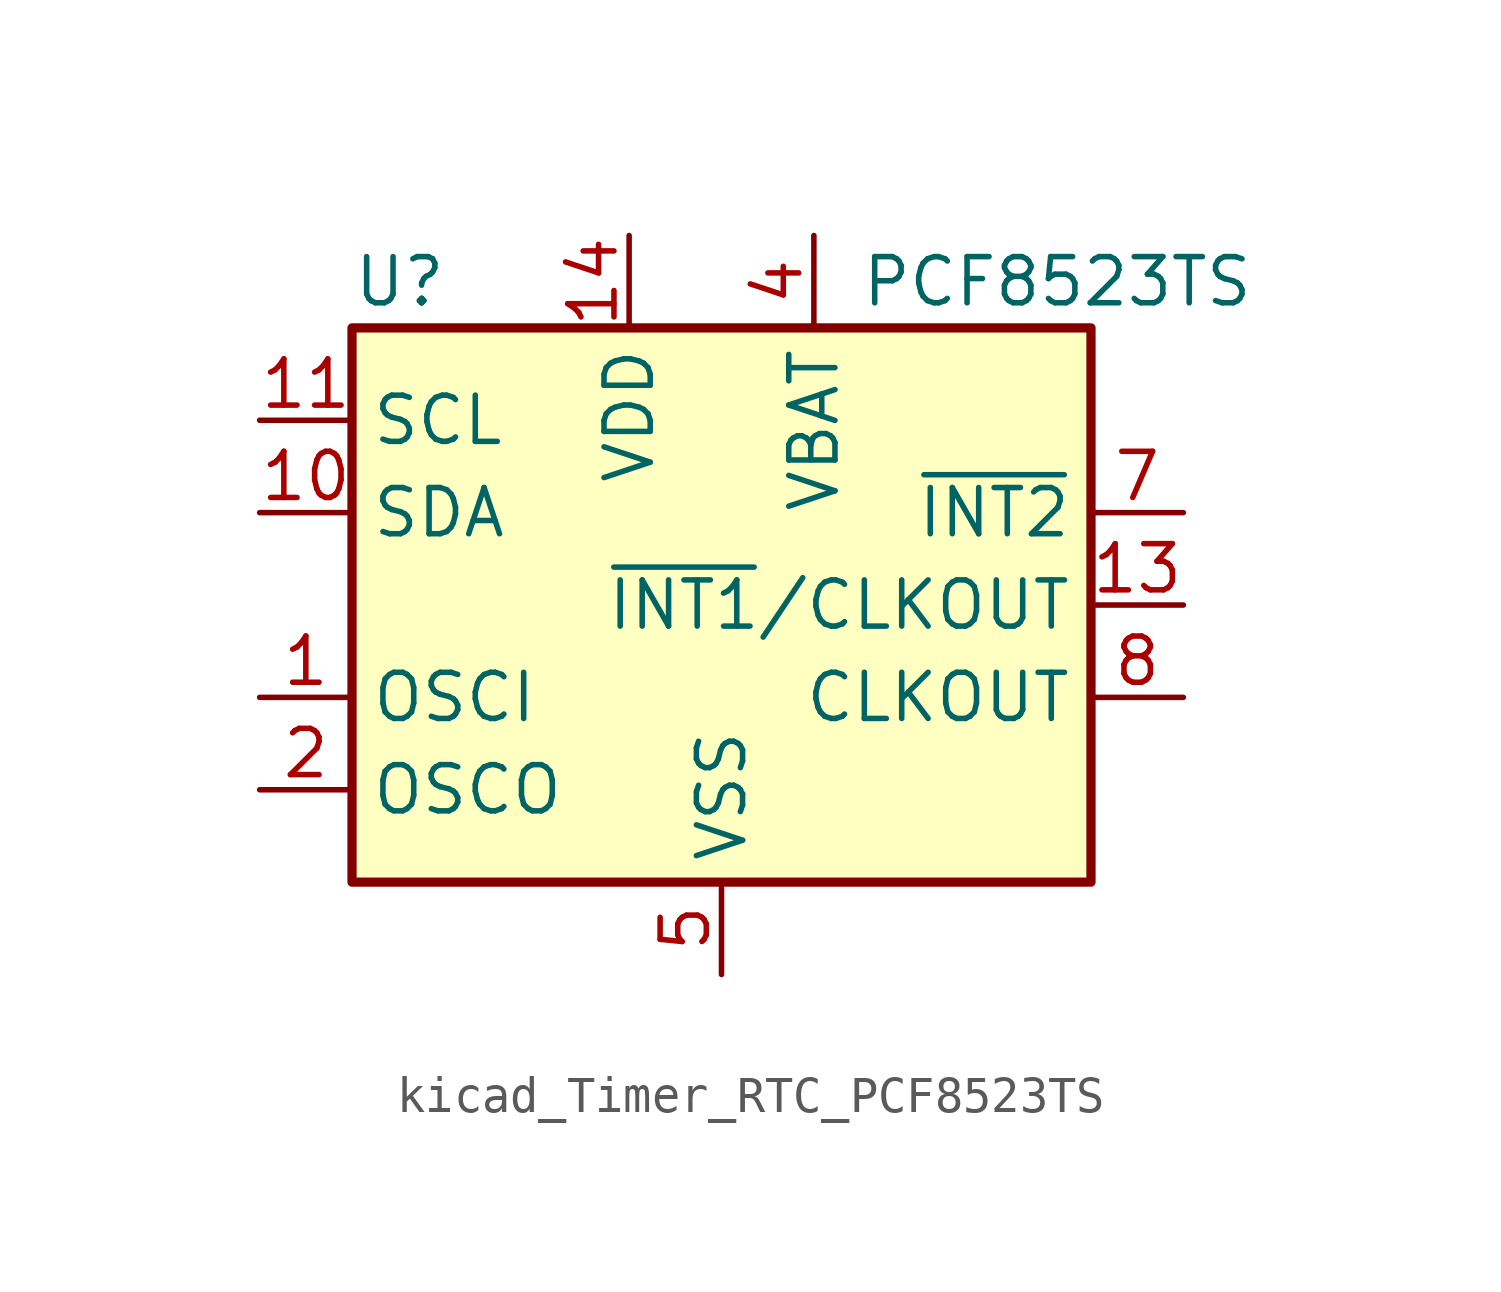
<source format=kicad_sym>
(kicad_symbol_lib
  (version 20220914)
  (generator kicad_symbol_editor)
  (symbol "kicad_Timer_RTC_PCF8523TS"
    (property "Reference" "U"
      (at -10.16 8.89 0)
      (effects (font (size 1.27 1.27)) (justify left)))
    (property "Value" "PCF8523TS"
      (at 3.81 8.89 0)
      (effects (font (size 1.27 1.27)) (justify left)))
    (symbol "kicad_Timer_RTC_PCF8523TS_0_1"
      (rectangle (start -10.16 7.62) (end 10.16 -7.62) (stroke (width 0.254) (type default)) (fill (type background))))
    (symbol "kicad_Timer_RTC_PCF8523TS_1_1"
      (pin input line (at -12.7 -2.54 0) (length 2.54) (name "OSCI" (effects (font (size 1.27 1.27)))) (number "1" (effects (font (size 1.27 1.27)))))
      (pin bidirectional line (at -12.7 2.54 0) (length 2.54) (name "SDA" (effects (font (size 1.27 1.27)))) (number "10" (effects (font (size 1.27 1.27)))))
      (pin input line (at -12.7 5.08 0) (length 2.54) (name "SCL" (effects (font (size 1.27 1.27)))) (number "11" (effects (font (size 1.27 1.27)))))
      (pin no_connect line (at 5.08 -7.62 90) (length 2.54) hide (name "NC" (effects (font (size 1.27 1.27)))) (number "12" (effects (font (size 1.27 1.27)))))
      (pin output line (at 12.7 0 180) (length 2.54) (name "~{INT1}/CLKOUT" (effects (font (size 1.27 1.27)))) (number "13" (effects (font (size 1.27 1.27)))))
      (pin power_in line (at -2.54 10.16 270) (length 2.54) (name "VDD" (effects (font (size 1.27 1.27)))) (number "14" (effects (font (size 1.27 1.27)))))
      (pin output line (at -12.7 -5.08 0) (length 2.54) (name "OSCO" (effects (font (size 1.27 1.27)))) (number "2" (effects (font (size 1.27 1.27)))))
      (pin no_connect line (at -5.08 -7.62 90) (length 2.54) hide (name "NC" (effects (font (size 1.27 1.27)))) (number "3" (effects (font (size 1.27 1.27)))))
      (pin power_in line (at 2.54 10.16 270) (length 2.54) (name "VBAT" (effects (font (size 1.27 1.27)))) (number "4" (effects (font (size 1.27 1.27)))))
      (pin power_in line (at 0 -10.16 90) (length 2.54) (name "VSS" (effects (font (size 1.27 1.27)))) (number "5" (effects (font (size 1.27 1.27)))))
      (pin no_connect line (at -2.54 -7.62 90) (length 2.54) hide (name "NC" (effects (font (size 1.27 1.27)))) (number "6" (effects (font (size 1.27 1.27)))))
      (pin open_collector line (at 12.7 2.54 180) (length 2.54) (name "~{INT2}" (effects (font (size 1.27 1.27)))) (number "7" (effects (font (size 1.27 1.27)))))
      (pin open_collector line (at 12.7 -2.54 180) (length 2.54) (name "CLKOUT" (effects (font (size 1.27 1.27)))) (number "8" (effects (font (size 1.27 1.27)))))
      (pin no_connect line (at 2.54 -7.62 90) (length 2.54) hide (name "NC" (effects (font (size 1.27 1.27)))) (number "9" (effects (font (size 1.27 1.27))))))))
</source>
